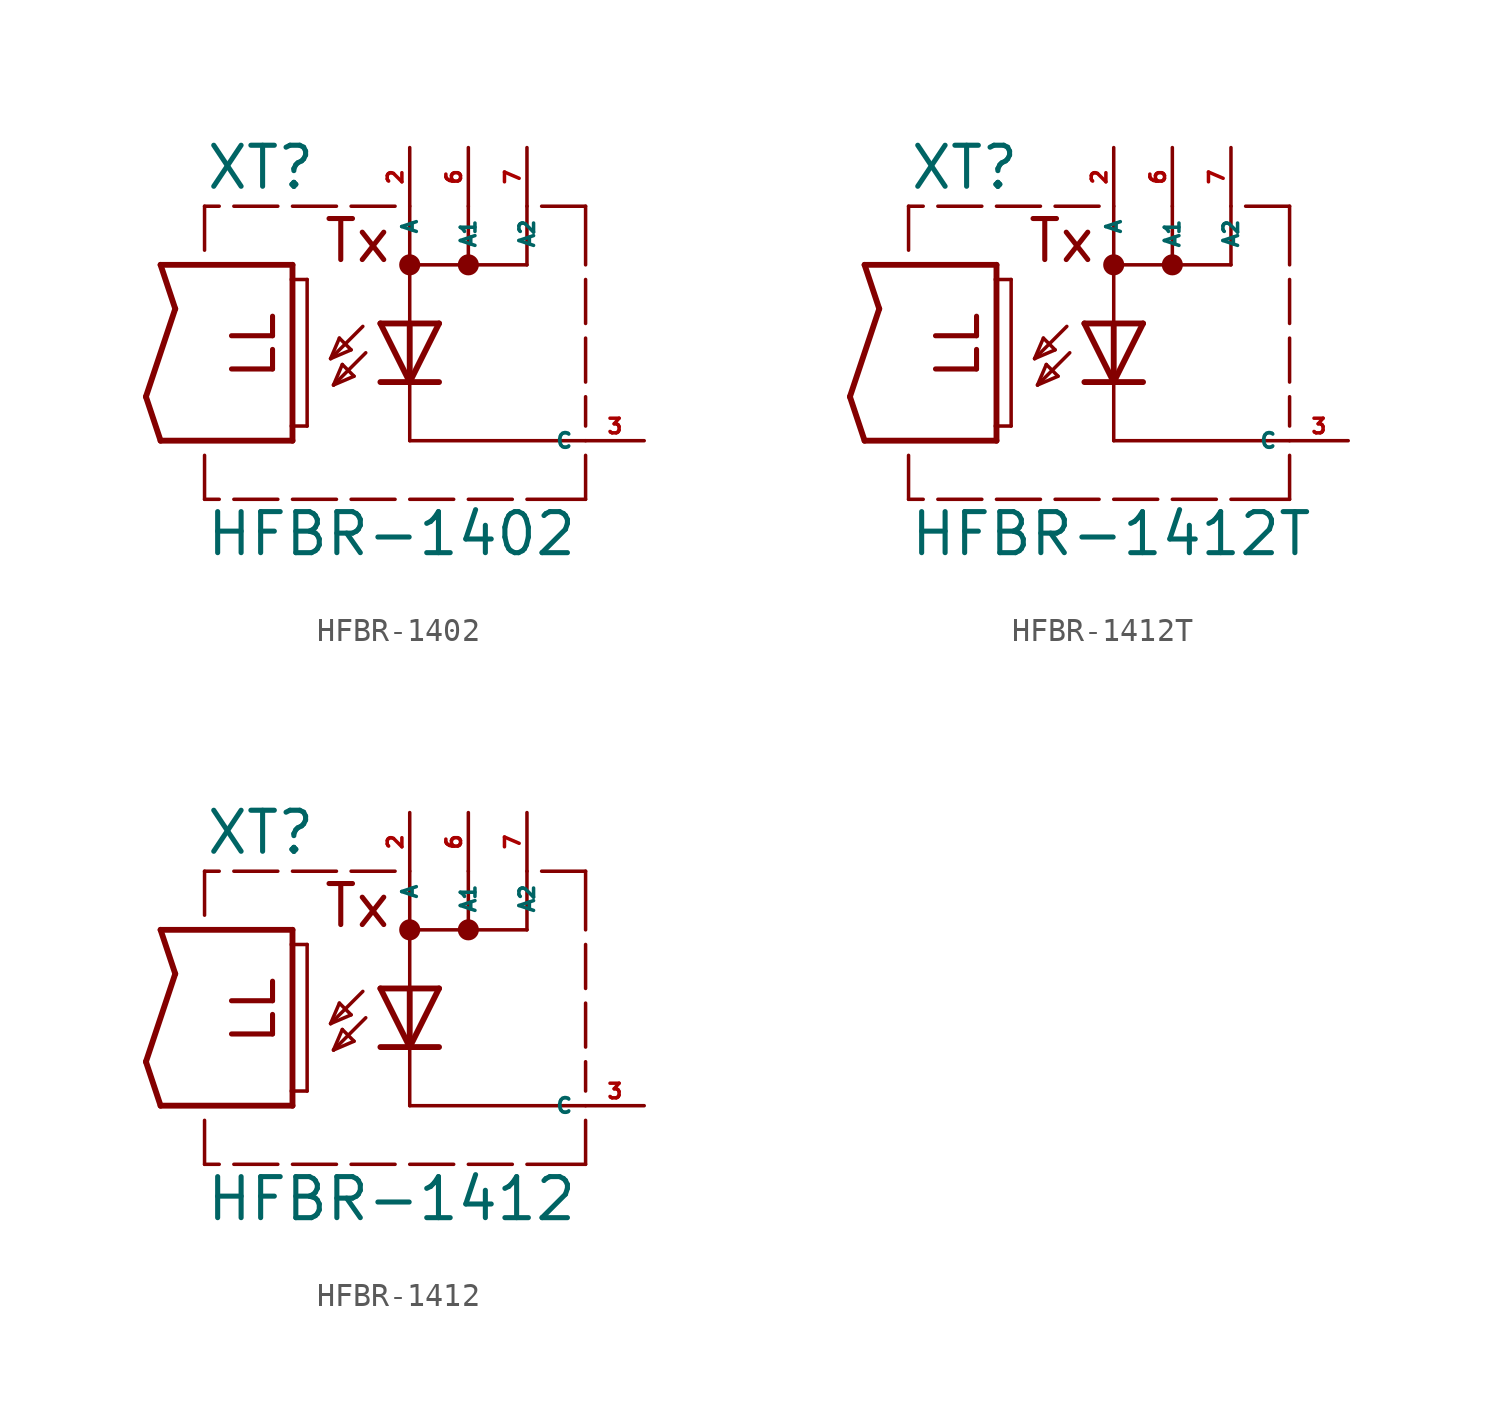
<source format=kicad_sym>
(kicad_symbol_lib
  (version 20220914)
  (generator Eagle2Kicad)
  (symbol "HFBR-1402"
    (property "Reference" "XT"
      (at -8.89 8.255 0)
      (effects (font (size 1.778 1.778) (thickness 0.22)) (justify left bottom)))
    (property "Value" "HFBR-1402"
      (at -8.89 -7.62 0)
      (effects (font (size 1.778 1.778) (thickness 0.22)) (justify left bottom)))
    (polyline
      (pts (xy 1.27 2.54) (xy 0 0))
      (stroke (width 0.254) (type default))
      (fill (type none)))
    (polyline
      (pts (xy 0 0) (xy -1.27 2.54))
      (stroke (width 0.254) (type default))
      (fill (type none)))
    (polyline
      (pts (xy 1.27 0) (xy 0 0))
      (stroke (width 0.254) (type default))
      (fill (type none)))
    (polyline
      (pts (xy 0 0) (xy -1.27 0))
      (stroke (width 0.254) (type default))
      (fill (type none)))
    (polyline
      (pts (xy 1.27 2.54) (xy 0 2.54))
      (stroke (width 0.254) (type default))
      (fill (type none)))
    (polyline
      (pts (xy 0 2.54) (xy -1.27 2.54))
      (stroke (width 0.254) (type default))
      (fill (type none)))
    (polyline
      (pts (xy 0 2.54) (xy 0 0))
      (stroke (width 0.254) (type default))
      (fill (type none)))
    (polyline
      (pts (xy -2.032 2.413) (xy -3.429 1.016))
      (stroke (width 0.152) (type default))
      (fill (type none)))
    (polyline
      (pts (xy -3.429 1.016) (xy -2.54 1.397))
      (stroke (width 0.152) (type default))
      (fill (type none)))
    (polyline
      (pts (xy -2.54 1.397) (xy -3.048 1.905))
      (stroke (width 0.152) (type default))
      (fill (type none)))
    (polyline
      (pts (xy -3.048 1.905) (xy -3.429 1.016))
      (stroke (width 0.152) (type default))
      (fill (type none)))
    (polyline
      (pts (xy -3.302 -0.127) (xy -2.413 0.254))
      (stroke (width 0.152) (type default))
      (fill (type none)))
    (polyline
      (pts (xy -2.413 0.254) (xy -2.921 0.762))
      (stroke (width 0.152) (type default))
      (fill (type none)))
    (polyline
      (pts (xy -2.921 0.762) (xy -3.302 -0.127))
      (stroke (width 0.152) (type default))
      (fill (type none)))
    (polyline
      (pts (xy -1.905 1.27) (xy -3.302 -0.127))
      (stroke (width 0.152) (type default))
      (fill (type none)))
    (polyline
      (pts (xy -10.795 5.08) (xy -5.08 5.08))
      (stroke (width 0.254) (type default))
      (fill (type none)))
    (polyline
      (pts (xy -5.08 5.08) (xy -5.08 4.445))
      (stroke (width 0.254) (type default))
      (fill (type none)))
    (polyline
      (pts (xy -5.08 -2.54) (xy -10.795 -2.54))
      (stroke (width 0.254) (type default))
      (fill (type none)))
    (polyline
      (pts (xy -10.795 -2.54) (xy -11.43 -0.635))
      (stroke (width 0.254) (type default))
      (fill (type none)))
    (polyline
      (pts (xy -11.43 -0.635) (xy -10.16 3.175))
      (stroke (width 0.254) (type default))
      (fill (type none)))
    (polyline
      (pts (xy -10.16 3.175) (xy -10.795 5.08))
      (stroke (width 0.254) (type default))
      (fill (type none)))
    (polyline
      (pts (xy 5.08 5.08) (xy 2.54 5.08))
      (stroke (width 0.152) (type default))
      (fill (type none)))
    (polyline
      (pts (xy -5.08 4.445) (xy -4.445 4.445))
      (stroke (width 0.152) (type default))
      (fill (type none)))
    (polyline
      (pts (xy -5.08 4.445) (xy -5.08 -1.905))
      (stroke (width 0.254) (type default))
      (fill (type none)))
    (polyline
      (pts (xy -4.445 4.445) (xy -4.445 -1.905))
      (stroke (width 0.152) (type default))
      (fill (type none)))
    (polyline
      (pts (xy -4.445 -1.905) (xy -5.08 -1.905))
      (stroke (width 0.152) (type default))
      (fill (type none)))
    (polyline
      (pts (xy -5.08 -1.905) (xy -5.08 -2.54))
      (stroke (width 0.254) (type default))
      (fill (type none)))
    (polyline
      (pts (xy 0 2.54) (xy 0 5.08))
      (stroke (width 0.152) (type default))
      (fill (type none)))
    (polyline
      (pts (xy 0 5.08) (xy 0 7.62))
      (stroke (width 0.152) (type default))
      (fill (type none)))
    (polyline
      (pts (xy 2.54 5.08) (xy 2.54 7.62))
      (stroke (width 0.152) (type default))
      (fill (type none)))
    (polyline
      (pts (xy 2.54 5.08) (xy 0 5.08))
      (stroke (width 0.152) (type default))
      (fill (type none)))
    (polyline
      (pts (xy 5.08 5.08) (xy 5.08 7.62))
      (stroke (width 0.152) (type default))
      (fill (type none)))
    (polyline
      (pts (xy -8.89 5.715) (xy -8.89 7.62))
      (stroke (width 0.152) (type default))
      (fill (type none)))
    (polyline
      (pts (xy -8.89 7.62) (xy -8.255 7.62))
      (stroke (width 0.152) (type default))
      (fill (type none)))
    (polyline
      (pts (xy -5.08 7.62) (xy -3.175 7.62))
      (stroke (width 0.152) (type default))
      (fill (type none)))
    (polyline
      (pts (xy -2.54 7.62) (xy -0.635 7.62))
      (stroke (width 0.152) (type default))
      (fill (type none)))
    (polyline
      (pts (xy -8.89 -3.175) (xy -8.89 -5.08))
      (stroke (width 0.152) (type default))
      (fill (type none)))
    (polyline
      (pts (xy -8.89 -5.08) (xy -8.255 -5.08))
      (stroke (width 0.152) (type default))
      (fill (type none)))
    (polyline
      (pts (xy -5.08 -5.08) (xy -3.175 -5.08))
      (stroke (width 0.152) (type default))
      (fill (type none)))
    (polyline
      (pts (xy -2.54 -5.08) (xy -0.635 -5.08))
      (stroke (width 0.152) (type default))
      (fill (type none)))
    (polyline
      (pts (xy 0 -5.08) (xy 1.905 -5.08))
      (stroke (width 0.152) (type default))
      (fill (type none)))
    (polyline
      (pts (xy 5.715 7.62) (xy 7.62 7.62))
      (stroke (width 0.152) (type default))
      (fill (type none)))
    (polyline
      (pts (xy -7.62 -5.08) (xy -5.715 -5.08))
      (stroke (width 0.152) (type default))
      (fill (type none)))
    (polyline
      (pts (xy -7.62 7.62) (xy -5.715 7.62))
      (stroke (width 0.152) (type default))
      (fill (type none)))
    (polyline
      (pts (xy 7.62 5.08) (xy 7.62 7.62))
      (stroke (width 0.152) (type default))
      (fill (type none)))
    (polyline
      (pts (xy 7.62 2.54) (xy 7.62 4.445))
      (stroke (width 0.152) (type default))
      (fill (type none)))
    (polyline
      (pts (xy 7.62 0) (xy 7.62 1.905))
      (stroke (width 0.152) (type default))
      (fill (type none)))
    (polyline
      (pts (xy 7.62 -1.905) (xy 7.62 -0.635))
      (stroke (width 0.152) (type default))
      (fill (type none)))
    (polyline
      (pts (xy 7.62 -5.08) (xy 7.62 -3.175))
      (stroke (width 0.152) (type default))
      (fill (type none)))
    (polyline
      (pts (xy 2.54 -5.08) (xy 4.445 -5.08))
      (stroke (width 0.152) (type default))
      (fill (type none)))
    (polyline
      (pts (xy 5.08 -5.08) (xy 7.62 -5.08))
      (stroke (width 0.152) (type default))
      (fill (type none)))
    (polyline
      (pts (xy 7.62 -2.54) (xy 0 -2.54))
      (stroke (width 0.152) (type default))
      (fill (type none)))
    (polyline
      (pts (xy 0 -2.54) (xy 0 0))
      (stroke (width 0.152) (type default))
      (fill (type none)))
    (text "LL"
      (at -5.715 0 900)
      (effects (font (size 1.778 1.778) (thickness 0.22)) (justify left bottom)))
    (text "Tx"
      (at -3.81 5.08 0)
      (effects (font (size 1.778 1.778) (thickness 0.22)) (justify left bottom)))
    (circle
      (center 0 5.08)
      (radius 0.254)
      (stroke (width 0.406) (type default))
      (fill (type none)))
    (circle
      (center 2.54 5.08)
      (radius 0.254)
      (stroke (width 0.406) (type default))
      (fill (type none)))
    (pin passive line
      (at 10.16 -2.54 180)
      (length 2.54)
      (name "C" (effects (font (size 0.635 0.635) (thickness 0.08)) (justify left bottom)))
      (number "3" (effects (font (size 0.635 0.635) (thickness 0.08)) (justify left bottom))))
    (pin passive line
      (at 0 10.16 270)
      (length 2.54)
      (name "A" (effects (font (size 0.635 0.635) (thickness 0.08)) (justify left bottom)))
      (number "2" (effects (font (size 0.635 0.635) (thickness 0.08)) (justify left bottom))))
    (pin passive line
      (at 2.54 10.16 270)
      (length 2.54)
      (name "A1" (effects (font (size 0.635 0.635) (thickness 0.08)) (justify left bottom)))
      (number "6" (effects (font (size 0.635 0.635) (thickness 0.08)) (justify left bottom))))
    (pin passive line
      (at 5.08 10.16 270)
      (length 2.54)
      (name "A2" (effects (font (size 0.635 0.635) (thickness 0.08)) (justify left bottom)))
      (number "7" (effects (font (size 0.635 0.635) (thickness 0.08)) (justify left bottom)))))
  (symbol "HFBR-1412T"
    (property "Reference" "XT"
      (at -8.89 8.255 0)
      (effects (font (size 1.778 1.778) (thickness 0.22)) (justify left bottom)))
    (property "Value" "HFBR-1412T"
      (at -8.89 -7.62 0)
      (effects (font (size 1.778 1.778) (thickness 0.22)) (justify left bottom)))
    (polyline
      (pts (xy 1.27 2.54) (xy 0 0))
      (stroke (width 0.254) (type default))
      (fill (type none)))
    (polyline
      (pts (xy 0 0) (xy -1.27 2.54))
      (stroke (width 0.254) (type default))
      (fill (type none)))
    (polyline
      (pts (xy 1.27 0) (xy 0 0))
      (stroke (width 0.254) (type default))
      (fill (type none)))
    (polyline
      (pts (xy 0 0) (xy -1.27 0))
      (stroke (width 0.254) (type default))
      (fill (type none)))
    (polyline
      (pts (xy 1.27 2.54) (xy 0 2.54))
      (stroke (width 0.254) (type default))
      (fill (type none)))
    (polyline
      (pts (xy 0 2.54) (xy -1.27 2.54))
      (stroke (width 0.254) (type default))
      (fill (type none)))
    (polyline
      (pts (xy 0 2.54) (xy 0 0))
      (stroke (width 0.254) (type default))
      (fill (type none)))
    (polyline
      (pts (xy -2.032 2.413) (xy -3.429 1.016))
      (stroke (width 0.152) (type default))
      (fill (type none)))
    (polyline
      (pts (xy -3.429 1.016) (xy -2.54 1.397))
      (stroke (width 0.152) (type default))
      (fill (type none)))
    (polyline
      (pts (xy -2.54 1.397) (xy -3.048 1.905))
      (stroke (width 0.152) (type default))
      (fill (type none)))
    (polyline
      (pts (xy -3.048 1.905) (xy -3.429 1.016))
      (stroke (width 0.152) (type default))
      (fill (type none)))
    (polyline
      (pts (xy -3.302 -0.127) (xy -2.413 0.254))
      (stroke (width 0.152) (type default))
      (fill (type none)))
    (polyline
      (pts (xy -2.413 0.254) (xy -2.921 0.762))
      (stroke (width 0.152) (type default))
      (fill (type none)))
    (polyline
      (pts (xy -2.921 0.762) (xy -3.302 -0.127))
      (stroke (width 0.152) (type default))
      (fill (type none)))
    (polyline
      (pts (xy -1.905 1.27) (xy -3.302 -0.127))
      (stroke (width 0.152) (type default))
      (fill (type none)))
    (polyline
      (pts (xy -10.795 5.08) (xy -5.08 5.08))
      (stroke (width 0.254) (type default))
      (fill (type none)))
    (polyline
      (pts (xy -5.08 5.08) (xy -5.08 4.445))
      (stroke (width 0.254) (type default))
      (fill (type none)))
    (polyline
      (pts (xy -5.08 -2.54) (xy -10.795 -2.54))
      (stroke (width 0.254) (type default))
      (fill (type none)))
    (polyline
      (pts (xy -10.795 -2.54) (xy -11.43 -0.635))
      (stroke (width 0.254) (type default))
      (fill (type none)))
    (polyline
      (pts (xy -11.43 -0.635) (xy -10.16 3.175))
      (stroke (width 0.254) (type default))
      (fill (type none)))
    (polyline
      (pts (xy -10.16 3.175) (xy -10.795 5.08))
      (stroke (width 0.254) (type default))
      (fill (type none)))
    (polyline
      (pts (xy 5.08 5.08) (xy 2.54 5.08))
      (stroke (width 0.152) (type default))
      (fill (type none)))
    (polyline
      (pts (xy -5.08 4.445) (xy -4.445 4.445))
      (stroke (width 0.152) (type default))
      (fill (type none)))
    (polyline
      (pts (xy -5.08 4.445) (xy -5.08 -1.905))
      (stroke (width 0.254) (type default))
      (fill (type none)))
    (polyline
      (pts (xy -4.445 4.445) (xy -4.445 -1.905))
      (stroke (width 0.152) (type default))
      (fill (type none)))
    (polyline
      (pts (xy -4.445 -1.905) (xy -5.08 -1.905))
      (stroke (width 0.152) (type default))
      (fill (type none)))
    (polyline
      (pts (xy -5.08 -1.905) (xy -5.08 -2.54))
      (stroke (width 0.254) (type default))
      (fill (type none)))
    (polyline
      (pts (xy 0 2.54) (xy 0 5.08))
      (stroke (width 0.152) (type default))
      (fill (type none)))
    (polyline
      (pts (xy 0 5.08) (xy 0 7.62))
      (stroke (width 0.152) (type default))
      (fill (type none)))
    (polyline
      (pts (xy 2.54 5.08) (xy 2.54 7.62))
      (stroke (width 0.152) (type default))
      (fill (type none)))
    (polyline
      (pts (xy 2.54 5.08) (xy 0 5.08))
      (stroke (width 0.152) (type default))
      (fill (type none)))
    (polyline
      (pts (xy 5.08 5.08) (xy 5.08 7.62))
      (stroke (width 0.152) (type default))
      (fill (type none)))
    (polyline
      (pts (xy -8.89 5.715) (xy -8.89 7.62))
      (stroke (width 0.152) (type default))
      (fill (type none)))
    (polyline
      (pts (xy -8.89 7.62) (xy -8.255 7.62))
      (stroke (width 0.152) (type default))
      (fill (type none)))
    (polyline
      (pts (xy -5.08 7.62) (xy -3.175 7.62))
      (stroke (width 0.152) (type default))
      (fill (type none)))
    (polyline
      (pts (xy -2.54 7.62) (xy -0.635 7.62))
      (stroke (width 0.152) (type default))
      (fill (type none)))
    (polyline
      (pts (xy -8.89 -3.175) (xy -8.89 -5.08))
      (stroke (width 0.152) (type default))
      (fill (type none)))
    (polyline
      (pts (xy -8.89 -5.08) (xy -8.255 -5.08))
      (stroke (width 0.152) (type default))
      (fill (type none)))
    (polyline
      (pts (xy -5.08 -5.08) (xy -3.175 -5.08))
      (stroke (width 0.152) (type default))
      (fill (type none)))
    (polyline
      (pts (xy -2.54 -5.08) (xy -0.635 -5.08))
      (stroke (width 0.152) (type default))
      (fill (type none)))
    (polyline
      (pts (xy 0 -5.08) (xy 1.905 -5.08))
      (stroke (width 0.152) (type default))
      (fill (type none)))
    (polyline
      (pts (xy 5.715 7.62) (xy 7.62 7.62))
      (stroke (width 0.152) (type default))
      (fill (type none)))
    (polyline
      (pts (xy -7.62 -5.08) (xy -5.715 -5.08))
      (stroke (width 0.152) (type default))
      (fill (type none)))
    (polyline
      (pts (xy -7.62 7.62) (xy -5.715 7.62))
      (stroke (width 0.152) (type default))
      (fill (type none)))
    (polyline
      (pts (xy 7.62 5.08) (xy 7.62 7.62))
      (stroke (width 0.152) (type default))
      (fill (type none)))
    (polyline
      (pts (xy 7.62 2.54) (xy 7.62 4.445))
      (stroke (width 0.152) (type default))
      (fill (type none)))
    (polyline
      (pts (xy 7.62 0) (xy 7.62 1.905))
      (stroke (width 0.152) (type default))
      (fill (type none)))
    (polyline
      (pts (xy 7.62 -1.905) (xy 7.62 -0.635))
      (stroke (width 0.152) (type default))
      (fill (type none)))
    (polyline
      (pts (xy 7.62 -5.08) (xy 7.62 -3.175))
      (stroke (width 0.152) (type default))
      (fill (type none)))
    (polyline
      (pts (xy 2.54 -5.08) (xy 4.445 -5.08))
      (stroke (width 0.152) (type default))
      (fill (type none)))
    (polyline
      (pts (xy 5.08 -5.08) (xy 7.62 -5.08))
      (stroke (width 0.152) (type default))
      (fill (type none)))
    (polyline
      (pts (xy 7.62 -2.54) (xy 0 -2.54))
      (stroke (width 0.152) (type default))
      (fill (type none)))
    (polyline
      (pts (xy 0 -2.54) (xy 0 0))
      (stroke (width 0.152) (type default))
      (fill (type none)))
    (text "LL"
      (at -5.715 0 900)
      (effects (font (size 1.778 1.778) (thickness 0.22)) (justify left bottom)))
    (text "Tx"
      (at -3.81 5.08 0)
      (effects (font (size 1.778 1.778) (thickness 0.22)) (justify left bottom)))
    (circle
      (center 0 5.08)
      (radius 0.254)
      (stroke (width 0.406) (type default))
      (fill (type none)))
    (circle
      (center 2.54 5.08)
      (radius 0.254)
      (stroke (width 0.406) (type default))
      (fill (type none)))
    (pin passive line
      (at 10.16 -2.54 180)
      (length 2.54)
      (name "C" (effects (font (size 0.635 0.635) (thickness 0.08)) (justify left bottom)))
      (number "3" (effects (font (size 0.635 0.635) (thickness 0.08)) (justify left bottom))))
    (pin passive line
      (at 0 10.16 270)
      (length 2.54)
      (name "A" (effects (font (size 0.635 0.635) (thickness 0.08)) (justify left bottom)))
      (number "2" (effects (font (size 0.635 0.635) (thickness 0.08)) (justify left bottom))))
    (pin passive line
      (at 2.54 10.16 270)
      (length 2.54)
      (name "A1" (effects (font (size 0.635 0.635) (thickness 0.08)) (justify left bottom)))
      (number "6" (effects (font (size 0.635 0.635) (thickness 0.08)) (justify left bottom))))
    (pin passive line
      (at 5.08 10.16 270)
      (length 2.54)
      (name "A2" (effects (font (size 0.635 0.635) (thickness 0.08)) (justify left bottom)))
      (number "7" (effects (font (size 0.635 0.635) (thickness 0.08)) (justify left bottom)))))
  (symbol "HFBR-1412"
    (property "Reference" "XT"
      (at -8.89 8.255 0)
      (effects (font (size 1.778 1.778) (thickness 0.22)) (justify left bottom)))
    (property "Value" "HFBR-1412"
      (at -8.89 -7.62 0)
      (effects (font (size 1.778 1.778) (thickness 0.22)) (justify left bottom)))
    (polyline
      (pts (xy 1.27 2.54) (xy 0 0))
      (stroke (width 0.254) (type default))
      (fill (type none)))
    (polyline
      (pts (xy 0 0) (xy -1.27 2.54))
      (stroke (width 0.254) (type default))
      (fill (type none)))
    (polyline
      (pts (xy 1.27 0) (xy 0 0))
      (stroke (width 0.254) (type default))
      (fill (type none)))
    (polyline
      (pts (xy 0 0) (xy -1.27 0))
      (stroke (width 0.254) (type default))
      (fill (type none)))
    (polyline
      (pts (xy 1.27 2.54) (xy 0 2.54))
      (stroke (width 0.254) (type default))
      (fill (type none)))
    (polyline
      (pts (xy 0 2.54) (xy -1.27 2.54))
      (stroke (width 0.254) (type default))
      (fill (type none)))
    (polyline
      (pts (xy 0 2.54) (xy 0 0))
      (stroke (width 0.254) (type default))
      (fill (type none)))
    (polyline
      (pts (xy -2.032 2.413) (xy -3.429 1.016))
      (stroke (width 0.152) (type default))
      (fill (type none)))
    (polyline
      (pts (xy -3.429 1.016) (xy -2.54 1.397))
      (stroke (width 0.152) (type default))
      (fill (type none)))
    (polyline
      (pts (xy -2.54 1.397) (xy -3.048 1.905))
      (stroke (width 0.152) (type default))
      (fill (type none)))
    (polyline
      (pts (xy -3.048 1.905) (xy -3.429 1.016))
      (stroke (width 0.152) (type default))
      (fill (type none)))
    (polyline
      (pts (xy -3.302 -0.127) (xy -2.413 0.254))
      (stroke (width 0.152) (type default))
      (fill (type none)))
    (polyline
      (pts (xy -2.413 0.254) (xy -2.921 0.762))
      (stroke (width 0.152) (type default))
      (fill (type none)))
    (polyline
      (pts (xy -2.921 0.762) (xy -3.302 -0.127))
      (stroke (width 0.152) (type default))
      (fill (type none)))
    (polyline
      (pts (xy -1.905 1.27) (xy -3.302 -0.127))
      (stroke (width 0.152) (type default))
      (fill (type none)))
    (polyline
      (pts (xy -10.795 5.08) (xy -5.08 5.08))
      (stroke (width 0.254) (type default))
      (fill (type none)))
    (polyline
      (pts (xy -5.08 5.08) (xy -5.08 4.445))
      (stroke (width 0.254) (type default))
      (fill (type none)))
    (polyline
      (pts (xy -5.08 -2.54) (xy -10.795 -2.54))
      (stroke (width 0.254) (type default))
      (fill (type none)))
    (polyline
      (pts (xy -10.795 -2.54) (xy -11.43 -0.635))
      (stroke (width 0.254) (type default))
      (fill (type none)))
    (polyline
      (pts (xy -11.43 -0.635) (xy -10.16 3.175))
      (stroke (width 0.254) (type default))
      (fill (type none)))
    (polyline
      (pts (xy -10.16 3.175) (xy -10.795 5.08))
      (stroke (width 0.254) (type default))
      (fill (type none)))
    (polyline
      (pts (xy 5.08 5.08) (xy 2.54 5.08))
      (stroke (width 0.152) (type default))
      (fill (type none)))
    (polyline
      (pts (xy -5.08 4.445) (xy -4.445 4.445))
      (stroke (width 0.152) (type default))
      (fill (type none)))
    (polyline
      (pts (xy -5.08 4.445) (xy -5.08 -1.905))
      (stroke (width 0.254) (type default))
      (fill (type none)))
    (polyline
      (pts (xy -4.445 4.445) (xy -4.445 -1.905))
      (stroke (width 0.152) (type default))
      (fill (type none)))
    (polyline
      (pts (xy -4.445 -1.905) (xy -5.08 -1.905))
      (stroke (width 0.152) (type default))
      (fill (type none)))
    (polyline
      (pts (xy -5.08 -1.905) (xy -5.08 -2.54))
      (stroke (width 0.254) (type default))
      (fill (type none)))
    (polyline
      (pts (xy 0 2.54) (xy 0 5.08))
      (stroke (width 0.152) (type default))
      (fill (type none)))
    (polyline
      (pts (xy 0 5.08) (xy 0 7.62))
      (stroke (width 0.152) (type default))
      (fill (type none)))
    (polyline
      (pts (xy 2.54 5.08) (xy 2.54 7.62))
      (stroke (width 0.152) (type default))
      (fill (type none)))
    (polyline
      (pts (xy 2.54 5.08) (xy 0 5.08))
      (stroke (width 0.152) (type default))
      (fill (type none)))
    (polyline
      (pts (xy 5.08 5.08) (xy 5.08 7.62))
      (stroke (width 0.152) (type default))
      (fill (type none)))
    (polyline
      (pts (xy -8.89 5.715) (xy -8.89 7.62))
      (stroke (width 0.152) (type default))
      (fill (type none)))
    (polyline
      (pts (xy -8.89 7.62) (xy -8.255 7.62))
      (stroke (width 0.152) (type default))
      (fill (type none)))
    (polyline
      (pts (xy -5.08 7.62) (xy -3.175 7.62))
      (stroke (width 0.152) (type default))
      (fill (type none)))
    (polyline
      (pts (xy -2.54 7.62) (xy -0.635 7.62))
      (stroke (width 0.152) (type default))
      (fill (type none)))
    (polyline
      (pts (xy -8.89 -3.175) (xy -8.89 -5.08))
      (stroke (width 0.152) (type default))
      (fill (type none)))
    (polyline
      (pts (xy -8.89 -5.08) (xy -8.255 -5.08))
      (stroke (width 0.152) (type default))
      (fill (type none)))
    (polyline
      (pts (xy -5.08 -5.08) (xy -3.175 -5.08))
      (stroke (width 0.152) (type default))
      (fill (type none)))
    (polyline
      (pts (xy -2.54 -5.08) (xy -0.635 -5.08))
      (stroke (width 0.152) (type default))
      (fill (type none)))
    (polyline
      (pts (xy 0 -5.08) (xy 1.905 -5.08))
      (stroke (width 0.152) (type default))
      (fill (type none)))
    (polyline
      (pts (xy 5.715 7.62) (xy 7.62 7.62))
      (stroke (width 0.152) (type default))
      (fill (type none)))
    (polyline
      (pts (xy -7.62 -5.08) (xy -5.715 -5.08))
      (stroke (width 0.152) (type default))
      (fill (type none)))
    (polyline
      (pts (xy -7.62 7.62) (xy -5.715 7.62))
      (stroke (width 0.152) (type default))
      (fill (type none)))
    (polyline
      (pts (xy 7.62 5.08) (xy 7.62 7.62))
      (stroke (width 0.152) (type default))
      (fill (type none)))
    (polyline
      (pts (xy 7.62 2.54) (xy 7.62 4.445))
      (stroke (width 0.152) (type default))
      (fill (type none)))
    (polyline
      (pts (xy 7.62 0) (xy 7.62 1.905))
      (stroke (width 0.152) (type default))
      (fill (type none)))
    (polyline
      (pts (xy 7.62 -1.905) (xy 7.62 -0.635))
      (stroke (width 0.152) (type default))
      (fill (type none)))
    (polyline
      (pts (xy 7.62 -5.08) (xy 7.62 -3.175))
      (stroke (width 0.152) (type default))
      (fill (type none)))
    (polyline
      (pts (xy 2.54 -5.08) (xy 4.445 -5.08))
      (stroke (width 0.152) (type default))
      (fill (type none)))
    (polyline
      (pts (xy 5.08 -5.08) (xy 7.62 -5.08))
      (stroke (width 0.152) (type default))
      (fill (type none)))
    (polyline
      (pts (xy 7.62 -2.54) (xy 0 -2.54))
      (stroke (width 0.152) (type default))
      (fill (type none)))
    (polyline
      (pts (xy 0 -2.54) (xy 0 0))
      (stroke (width 0.152) (type default))
      (fill (type none)))
    (text "LL"
      (at -5.715 0 900)
      (effects (font (size 1.778 1.778) (thickness 0.22)) (justify left bottom)))
    (text "Tx"
      (at -3.81 5.08 0)
      (effects (font (size 1.778 1.778) (thickness 0.22)) (justify left bottom)))
    (circle
      (center 0 5.08)
      (radius 0.254)
      (stroke (width 0.406) (type default))
      (fill (type none)))
    (circle
      (center 2.54 5.08)
      (radius 0.254)
      (stroke (width 0.406) (type default))
      (fill (type none)))
    (pin passive line
      (at 10.16 -2.54 180)
      (length 2.54)
      (name "C" (effects (font (size 0.635 0.635) (thickness 0.08)) (justify left bottom)))
      (number "3" (effects (font (size 0.635 0.635) (thickness 0.08)) (justify left bottom))))
    (pin passive line
      (at 0 10.16 270)
      (length 2.54)
      (name "A" (effects (font (size 0.635 0.635) (thickness 0.08)) (justify left bottom)))
      (number "2" (effects (font (size 0.635 0.635) (thickness 0.08)) (justify left bottom))))
    (pin passive line
      (at 2.54 10.16 270)
      (length 2.54)
      (name "A1" (effects (font (size 0.635 0.635) (thickness 0.08)) (justify left bottom)))
      (number "6" (effects (font (size 0.635 0.635) (thickness 0.08)) (justify left bottom))))
    (pin passive line
      (at 5.08 10.16 270)
      (length 2.54)
      (name "A2" (effects (font (size 0.635 0.635) (thickness 0.08)) (justify left bottom)))
      (number "7" (effects (font (size 0.635 0.635) (thickness 0.08)) (justify left bottom))))))
</source>
